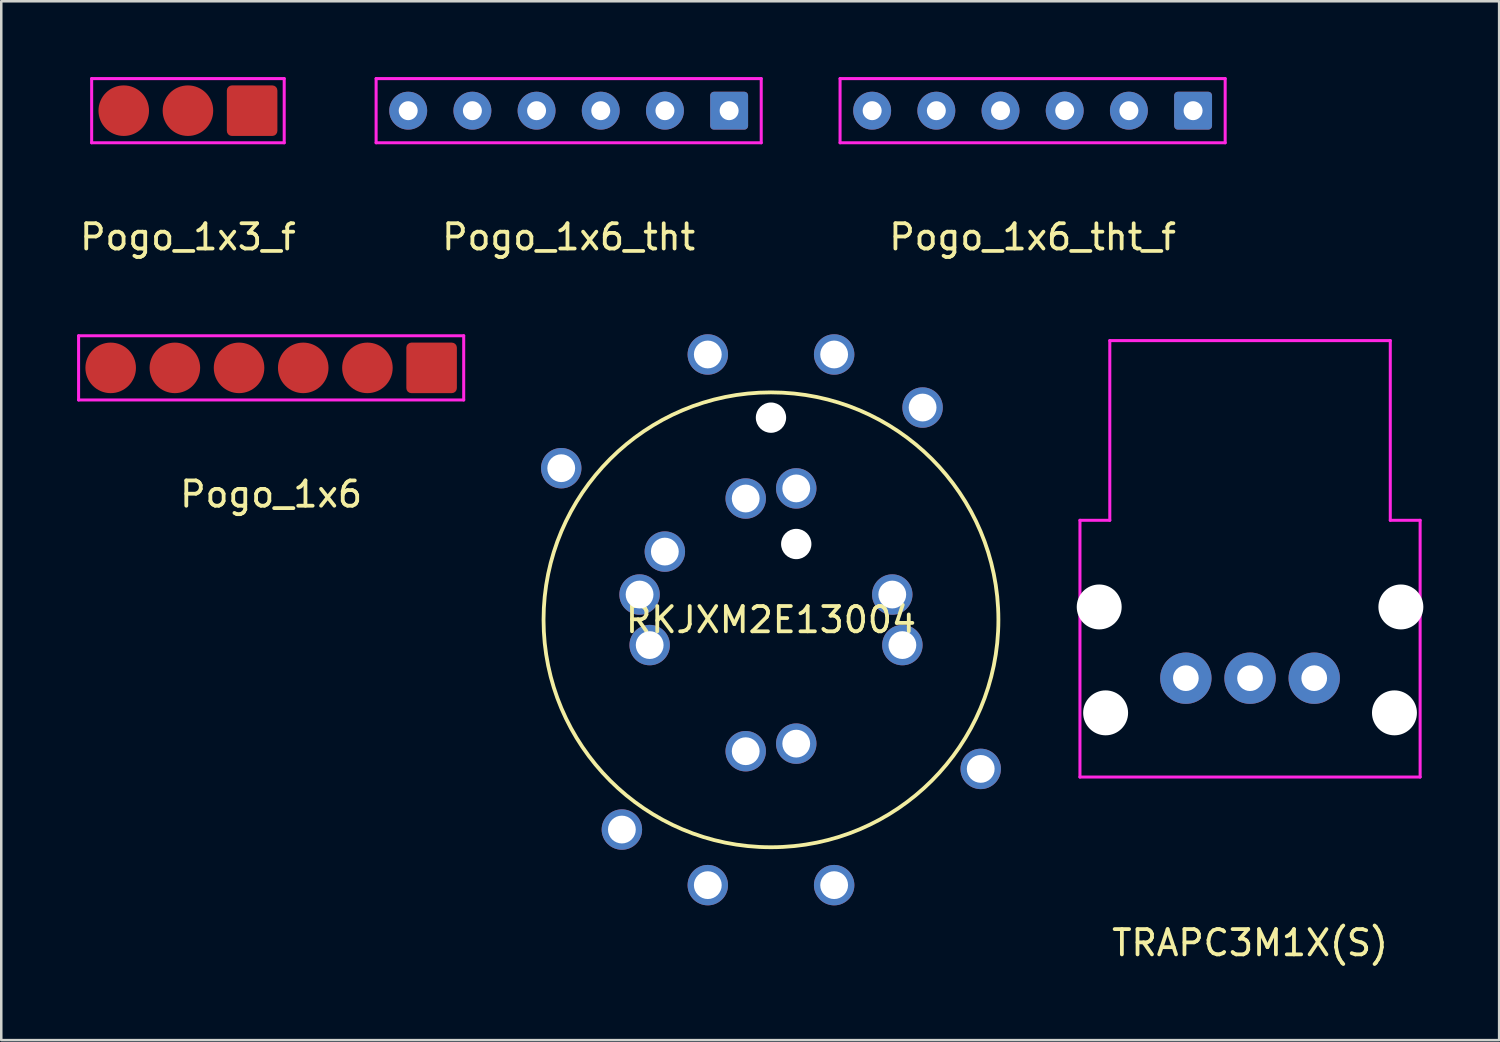
<source format=kicad_pcb>
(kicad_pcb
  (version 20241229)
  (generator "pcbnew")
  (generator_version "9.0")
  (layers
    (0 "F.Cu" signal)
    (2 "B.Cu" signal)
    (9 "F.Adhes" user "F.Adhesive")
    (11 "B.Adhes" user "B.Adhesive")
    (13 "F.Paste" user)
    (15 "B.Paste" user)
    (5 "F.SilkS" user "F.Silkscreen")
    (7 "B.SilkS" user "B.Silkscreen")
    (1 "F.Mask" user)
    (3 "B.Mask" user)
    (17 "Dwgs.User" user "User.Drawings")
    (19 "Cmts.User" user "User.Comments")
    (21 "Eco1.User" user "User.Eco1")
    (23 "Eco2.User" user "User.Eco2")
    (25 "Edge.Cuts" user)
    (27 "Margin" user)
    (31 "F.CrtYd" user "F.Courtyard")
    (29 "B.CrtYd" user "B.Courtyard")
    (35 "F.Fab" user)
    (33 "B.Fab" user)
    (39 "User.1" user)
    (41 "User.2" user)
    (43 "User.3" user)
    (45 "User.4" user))
  (footprint "TRAPC3M1X(S)"
    (layer "F.Cu")
    (at 46.418 10.428)
    (property "Reference" "TRAPC3M1X(S)" (at 0 23.835 0) (layer "F.SilkS") (effects (font (size 1 1) (thickness 0.15))))
    (attr through_hole)
    (fp_line (start -6.731 7.112) (end -5.55 7.112) (stroke (width 0.12) (type solid)) (layer "F.CrtYd"))
    (fp_line (start -6.731 17.272) (end -6.731 7.112) (stroke (width 0.12) (type solid)) (layer "F.CrtYd"))
    (fp_line (start -6.731 17.272) (end 6.731 17.272) (stroke (width 0.12) (type solid)) (layer "F.CrtYd"))
    (fp_line (start -5.55 0) (end -5.55 7.112) (stroke (width 0.12) (type solid)) (layer "F.CrtYd"))
    (fp_line (start 5.55 0) (end -5.55 0) (stroke (width 0.12) (type solid)) (layer "F.CrtYd"))
    (fp_line (start 5.55 0) (end 5.55 7.112) (stroke (width 0.12) (type solid)) (layer "F.CrtYd"))
    (fp_line (start 5.55 7.112) (end 6.731 7.112) (stroke (width 0.12) (type solid)) (layer "F.CrtYd"))
    (fp_line (start 6.731 17.272) (end 6.731 7.112) (stroke (width 0.12) (type solid)) (layer "F.CrtYd"))
    (pad "" np_thru_hole circle (at -5.969 10.541) (size 1.778 1.778) (drill 1.778) (layers "*.Cu" "*.Mask"))
    (pad "" np_thru_hole circle (at -5.715 14.732) (size 1.778 1.778) (drill 1.778) (layers "*.Cu" "*.Mask"))
    (pad "" np_thru_hole circle (at 5.715 14.732) (size 1.778 1.778) (drill 1.778) (layers "*.Cu" "*.Mask"))
    (pad "" np_thru_hole circle (at 5.969 10.541) (size 1.778 1.778) (drill 1.778) (layers "*.Cu" "*.Mask"))
    (pad "1" thru_hole circle (at 2.54 13.36) (size 2.032 2.032) (drill 1.016) (layers "*.Cu" "*.Mask"))
    (pad "2" thru_hole circle (at 0 13.36) (size 2.032 2.032) (drill 1.016) (layers "*.Cu" "*.Mask"))
    (pad "3" thru_hole circle (at -2.54 13.36) (size 2.032 2.032) (drill 1.016) (layers "*.Cu" "*.Mask")))
  (footprint "RKJXM2E13004"
    (layer "F.Cu")
    (at 27.46 21.478)
    (property "Reference" "RKJXM2E13004" (at 0 0 0) (layer "F.SilkS") (effects (font (size 1 1) (thickness 0.15))))
    (attr through_hole)
    (fp_circle (center 0 0) (end 9 0) (stroke (width 0.15) (type solid)) (fill no) (layer "F.SilkS"))
    (pad "" np_thru_hole circle (at 0 -8) (size 1.2 1.2) (drill 1.2) (layers "*.Cu" "*.Mask"))
    (pad "" np_thru_hole circle (at 1 -3) (size 1.2 1.2) (drill 1.2) (layers "*.Cu" "*.Mask"))
    (pad "1" thru_hole circle (at 1 4.9) (size 1.6 1.6) (drill 1.1) (layers "*.Cu" "*.Mask"))
    (pad "2" thru_hole circle (at 4.8 -1) (size 1.6 1.6) (drill 1.1) (layers "*.Cu" "*.Mask"))
    (pad "3" thru_hole circle (at -1 -4.8) (size 1.6 1.6) (drill 1.1) (layers "*.Cu" "*.Mask"))
    (pad "4" thru_hole circle (at -4.8 1) (size 1.6 1.6) (drill 1.1) (layers "*.Cu" "*.Mask"))
    (pad "5" thru_hole circle (at -2.5 10.5) (size 1.6 1.6) (drill 1.1) (layers "*.Cu" "*.Mask"))
    (pad "6" thru_hole circle (at 2.5 10.5) (size 1.6 1.6) (drill 1.1) (layers "*.Cu" "*.Mask"))
    (pad "7" thru_hole circle (at -5.2 -1) (size 1.6 1.6) (drill 1.1) (layers "*.Cu" "*.Mask"))
    (pad "7" thru_hole circle (at -1 5.2) (size 1.6 1.6) (drill 1.1) (layers "*.Cu" "*.Mask"))
    (pad "7" thru_hole circle (at 5.2 1) (size 1.6 1.6) (drill 1.1) (layers "*.Cu" "*.Mask"))
    (pad "8" thru_hole circle (at 1 -5.2) (size 1.6 1.6) (drill 1.1) (layers "*.Cu" "*.Mask"))
    (pad "9" thru_hole circle (at -2.5 -10.5) (size 1.6 1.6) (drill 1.1) (layers "*.Cu" "*.Mask"))
    (pad "9" thru_hole circle (at 2.5 -10.5) (size 1.6 1.6) (drill 1.1) (layers "*.Cu" "*.Mask"))
    (pad "10" thru_hole circle (at -4.2 -2.7) (size 1.6 1.6) (drill 1.1) (layers "*.Cu" "*.Mask"))
    (pad "MP" thru_hole circle (at -8.3 -6) (size 1.6 1.6) (drill 1.1) (layers "*.Cu" "*.Mask"))
    (pad "MP" thru_hole circle (at -5.9 8.3) (size 1.6 1.6) (drill 1.1) (layers "*.Cu" "*.Mask"))
    (pad "MP" thru_hole circle (at 6 -8.4) (size 1.6 1.6) (drill 1.1) (layers "*.Cu" "*.Mask"))
    (pad "MP" thru_hole circle (at 8.3 5.9) (size 1.6 1.6) (drill 1.1) (layers "*.Cu" "*.Mask")))
  (footprint "Pogo_1x3_f"
    (layer "F.Cu")
    (at 4.387 1.33)
    (property "Reference" "Pogo_1x3_f" (at 0 5 0) (layer "F.SilkS") (effects (font (size 1 1) (thickness 0.15))))
    (attr through_hole)
    (fp_line (start -3.81 -1.27) (end -3.81 1.27) (stroke (width 0.12) (type solid)) (layer "F.CrtYd"))
    (fp_line (start -3.81 1.27) (end 3.81 1.27) (stroke (width 0.12) (type solid)) (layer "F.CrtYd"))
    (fp_line (start 3.81 -1.27) (end -3.81 -1.27) (stroke (width 0.12) (type solid)) (layer "F.CrtYd"))
    (fp_line (start 3.81 1.27) (end 3.81 -1.27) (stroke (width 0.12) (type solid)) (layer "F.CrtYd"))
    (pad "1" smd circle (at -2.54 0) (size 2 2) (layers "F.Cu" "F.Mask" "F.Paste"))
    (pad "2" smd circle (at 0 0) (size 2 2) (layers "F.Cu" "F.Mask" "F.Paste"))
    (pad "3" smd roundrect (at 2.54 0) (size 2 2) (layers "F.Cu" "F.Mask" "F.Paste") (roundrect_rratio 0.1)))
  (footprint "Pogo_1x6_tht_f"
    (layer "F.Cu")
    (at 37.814 1.33)
    (property "Reference" "Pogo_1x6_tht_f" (at 0 5 0) (layer "F.SilkS") (effects (font (size 1 1) (thickness 0.15))))
    (attr through_hole)
    (fp_line (start -7.62 -1.27) (end -7.62 1.27) (stroke (width 0.12) (type solid)) (layer "F.CrtYd"))
    (fp_line (start -7.62 1.27) (end 7.62 1.27) (stroke (width 0.12) (type solid)) (layer "F.CrtYd"))
    (fp_line (start 7.62 -1.27) (end -7.62 -1.27) (stroke (width 0.12) (type solid)) (layer "F.CrtYd"))
    (fp_line (start 7.62 1.27) (end 7.62 -1.27) (stroke (width 0.12) (type solid)) (layer "F.CrtYd"))
    (pad "1" thru_hole circle (at -6.35 0) (size 1.5 1.5) (drill 0.75) (layers "*.Cu" "*.Mask"))
    (pad "2" thru_hole circle (at -3.81 0) (size 1.5 1.5) (drill 0.75) (layers "*.Cu" "*.Mask"))
    (pad "3" thru_hole circle (at -1.27 0) (size 1.5 1.5) (drill 0.75) (layers "*.Cu" "*.Mask"))
    (pad "4" thru_hole circle (at 1.27 0) (size 1.5 1.5) (drill 0.75) (layers "*.Cu" "*.Mask"))
    (pad "5" thru_hole circle (at 3.81 0) (size 1.5 1.5) (drill 0.75) (layers "*.Cu" "*.Mask"))
    (pad "6" thru_hole roundrect (at 6.35 0) (size 1.5 1.5) (drill 0.75) (layers "*.Cu" "*.Mask") (roundrect_rratio 0.1)))
  (footprint "Pogo_1x6_tht"
    (layer "F.Cu")
    (at 19.454 1.33)
    (property "Reference" "Pogo_1x6_tht" (at 0 5 0) (layer "F.SilkS") (effects (font (size 1 1) (thickness 0.15))))
    (attr through_hole)
    (fp_line (start -7.62 -1.27) (end -7.62 1.27) (stroke (width 0.12) (type solid)) (layer "F.CrtYd"))
    (fp_line (start -7.62 1.27) (end 7.62 1.27) (stroke (width 0.12) (type solid)) (layer "F.CrtYd"))
    (fp_line (start 7.62 -1.27) (end -7.62 -1.27) (stroke (width 0.12) (type solid)) (layer "F.CrtYd"))
    (fp_line (start 7.62 1.27) (end 7.62 -1.27) (stroke (width 0.12) (type solid)) (layer "F.CrtYd"))
    (pad "1" thru_hole circle (at -6.35 0) (size 1.5 1.5) (drill 0.75) (layers "*.Cu" "*.Mask"))
    (pad "2" thru_hole circle (at -3.81 0) (size 1.5 1.5) (drill 0.75) (layers "*.Cu" "*.Mask"))
    (pad "3" thru_hole circle (at -1.27 0) (size 1.5 1.5) (drill 0.75) (layers "*.Cu" "*.Mask"))
    (pad "4" thru_hole circle (at 1.27 0) (size 1.5 1.5) (drill 0.75) (layers "*.Cu" "*.Mask"))
    (pad "5" thru_hole circle (at 3.81 0) (size 1.5 1.5) (drill 0.75) (layers "*.Cu" "*.Mask"))
    (pad "6" thru_hole roundrect (at 6.35 0) (size 1.5 1.5) (drill 0.75) (layers "*.Cu" "*.Mask") (roundrect_rratio 0.1)))
  (footprint "Pogo_1x6"
    (layer "F.Cu")
    (at 7.68 11.508)
    (property "Reference" "Pogo_1x6" (at 0 5 0) (layer "F.SilkS") (effects (font (size 1 1) (thickness 0.15))))
    (attr through_hole)
    (fp_line (start -7.62 -1.27) (end -7.62 1.27) (stroke (width 0.12) (type solid)) (layer "F.CrtYd"))
    (fp_line (start -7.62 1.27) (end 7.62 1.27) (stroke (width 0.12) (type solid)) (layer "F.CrtYd"))
    (fp_line (start 7.62 -1.27) (end -7.62 -1.27) (stroke (width 0.12) (type solid)) (layer "F.CrtYd"))
    (fp_line (start 7.62 1.27) (end 7.62 -1.27) (stroke (width 0.12) (type solid)) (layer "F.CrtYd"))
    (pad "1" smd circle (at -6.35 0) (size 2 2) (layers "F.Cu" "F.Mask" "F.Paste"))
    (pad "2" smd circle (at -3.81 0) (size 2 2) (layers "F.Cu" "F.Mask" "F.Paste"))
    (pad "3" smd circle (at -1.27 0) (size 2 2) (layers "F.Cu" "F.Mask" "F.Paste"))
    (pad "4" smd circle (at 1.27 0) (size 2 2) (layers "F.Cu" "F.Mask" "F.Paste"))
    (pad "5" smd circle (at 3.81 0) (size 2 2) (layers "F.Cu" "F.Mask" "F.Paste"))
    (pad "6" smd roundrect (at 6.35 0) (size 2 2) (layers "F.Cu" "F.Mask" "F.Paste") (roundrect_rratio 0.1)))
  (gr_rect
    (start -3 -3)
    (end 56.276 38.111)
    (stroke (width 0.1) (type default))
    (fill no)
    (layer "Edge.Cuts")))
</source>
